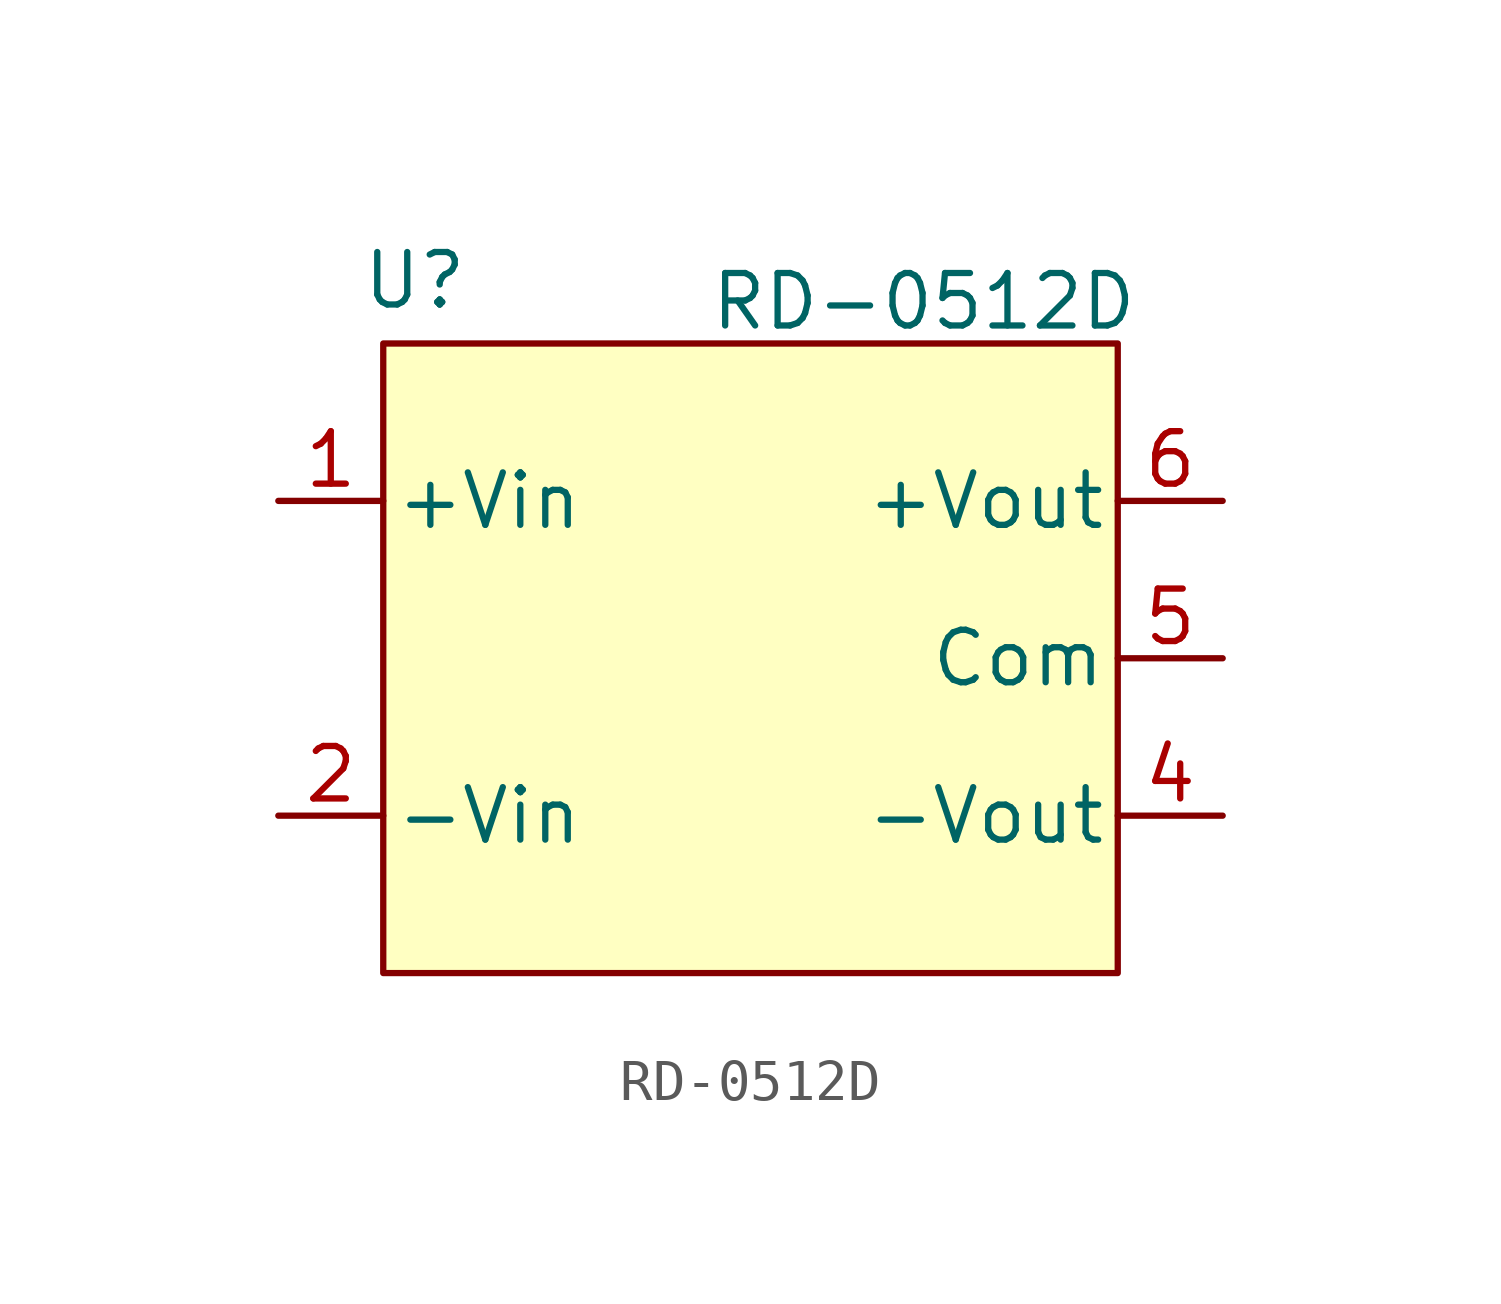
<source format=kicad_sym>
(kicad_symbol_lib
  (version 20231120)
  (generator "kicad_symbol_editor")
  (generator_version "8.0")
  (symbol "RD-0512D"
    (pin_names
      (offset 0.254))
    (property "Reference" "U"
      (at -8.128 9.144 0)
      (effects (font (size 1.27 1.27))))
    (property "Value" "RD-0512D"
      (at -1.016 8.636 0)
      (effects (font (size 1.27 1.27)) (justify left)))
    (symbol "RD-0512D_1_1"
      (rectangle (start -8.89 7.62) (end 8.89 -7.62) (stroke (width 0) (type default)) (fill (type background)))
      (pin power_in line (at -11.43 3.81 0) (length 2.54) (name "+Vin" (effects (font (size 1.27 1.27)))) (number "1" (effects (font (size 1.27 1.27)))))
      (pin power_in line (at -11.43 -3.81 0) (length 2.54) (name "-Vin" (effects (font (size 1.27 1.27)))) (number "2" (effects (font (size 1.27 1.27)))))
      (pin power_out line (at 11.43 -3.81 180) (length 2.54) (name "-Vout" (effects (font (size 1.27 1.27)))) (number "4" (effects (font (size 1.27 1.27)))))
      (pin power_out line (at 11.43 0 180) (length 2.54) (name "Com" (effects (font (size 1.27 1.27)))) (number "5" (effects (font (size 1.27 1.27)))))
      (pin power_out line (at 11.43 3.81 180) (length 2.54) (name "+Vout" (effects (font (size 1.27 1.27)))) (number "6" (effects (font (size 1.27 1.27))))))))
</source>
